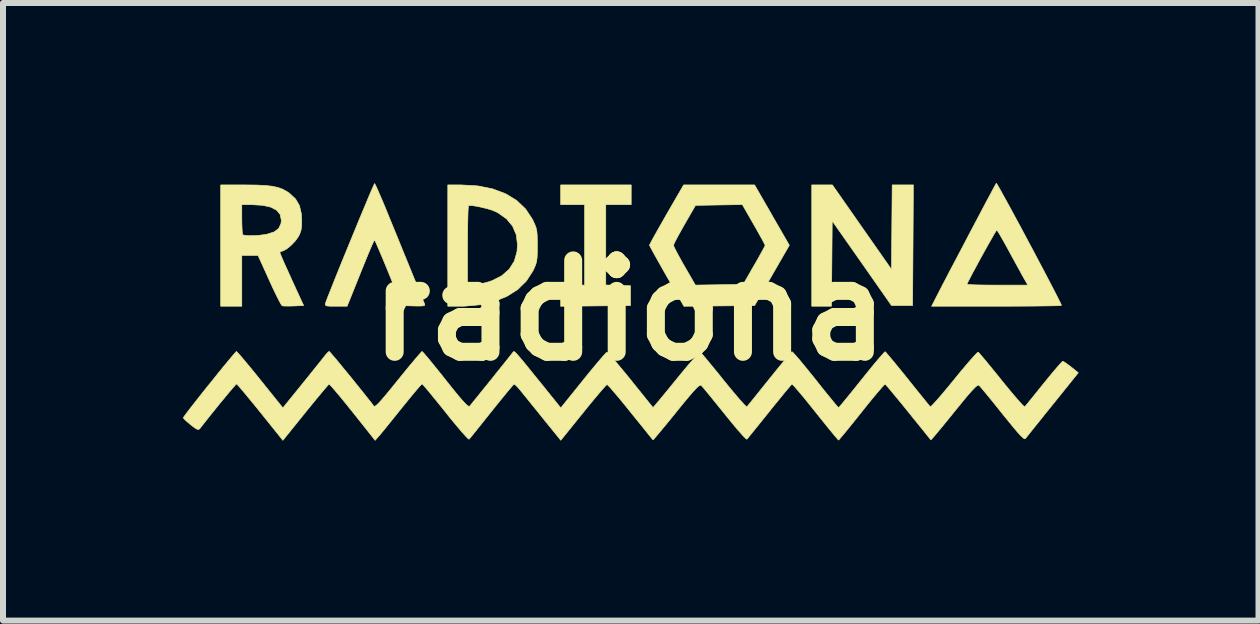
<source format=kicad_pcb>
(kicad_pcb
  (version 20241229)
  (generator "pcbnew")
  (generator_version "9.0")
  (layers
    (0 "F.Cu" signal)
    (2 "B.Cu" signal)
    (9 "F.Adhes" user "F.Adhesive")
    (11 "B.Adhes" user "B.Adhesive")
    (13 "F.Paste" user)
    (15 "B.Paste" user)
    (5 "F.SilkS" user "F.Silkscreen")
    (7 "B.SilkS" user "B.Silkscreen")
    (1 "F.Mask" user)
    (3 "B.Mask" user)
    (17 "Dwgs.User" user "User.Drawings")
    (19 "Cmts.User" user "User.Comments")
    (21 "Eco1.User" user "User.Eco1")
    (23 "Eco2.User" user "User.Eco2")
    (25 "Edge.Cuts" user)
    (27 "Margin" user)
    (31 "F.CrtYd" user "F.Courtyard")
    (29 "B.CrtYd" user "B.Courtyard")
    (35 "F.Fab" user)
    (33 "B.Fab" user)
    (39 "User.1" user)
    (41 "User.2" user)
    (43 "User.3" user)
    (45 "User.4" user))
  (footprint "radiona"
    (layer "F.Cu")
    (at 7.449 2.126)
    (property "Reference" "radiona" (at 0 0 0) (layer "F.SilkS") (effects (font (size 1.524 1.524) (thickness 0.3))))
    (attr through_hole)
    (fp_poly (pts (xy 0.024 -1.764) (xy -0.4 -1.764) (xy -0.4 -0.425) (xy 0.012 -0.412) (xy 0.012 -0.082) (xy -0.57 -0.076) (xy -1.152 -0.07) (xy -1.152 -0.423) (xy -0.753 -0.423) (xy -0.753 -1.764) (xy -1.152 -1.764) (xy -1.152 -2.093) (xy 0.024 -2.093) (xy 0.024 -1.764)) (stroke (width 0.01) (type solid)) (fill yes) (layer "F.SilkS"))
    (fp_poly (pts (xy 3.87 -1.389) (xy 4.363 -0.685) (xy 4.369 -1.389) (xy 4.375 -2.093) (xy 4.728 -2.093) (xy 4.722 -1.088) (xy 4.715 -0.082) (xy 4.364 -0.082) (xy 3.87 -0.788) (xy 3.375 -1.493) (xy 3.369 -0.782) (xy 3.362 -0.071) (xy 3.034 -0.071) (xy 3.034 -2.093) (xy 3.378 -2.093) (xy 3.87 -1.389)) (stroke (width 0.01) (type solid)) (fill yes) (layer "F.SilkS"))
    (fp_poly (pts (xy 1.489 -2.093) (xy 2.081 -2.093) (xy 2.118 -2.028) (xy 2.141 -1.989) (xy 2.183 -1.916) (xy 2.24 -1.817) (xy 2.309 -1.698) (xy 2.384 -1.566) (xy 2.408 -1.525) (xy 2.66 -1.087) (xy 2.081 -0.082) (xy 1.492 -0.076) (xy 0.903 -0.07) (xy 0.616 -0.57) (xy 0.537 -0.709) (xy 0.466 -0.835) (xy 0.406 -0.942) (xy 0.362 -1.023) (xy 0.335 -1.075) (xy 0.33 -1.087) (xy 0.729 -1.087) (xy 0.74 -1.057) (xy 0.771 -0.994) (xy 0.818 -0.906) (xy 0.876 -0.801) (xy 0.911 -0.74) (xy 1.094 -0.423) (xy 1.492 -0.429) (xy 1.891 -0.435) (xy 2.074 -0.753) (xy 2.137 -0.862) (xy 2.19 -0.958) (xy 2.23 -1.031) (xy 2.253 -1.076) (xy 2.257 -1.085) (xy 2.246 -1.11) (xy 2.216 -1.168) (xy 2.169 -1.252) (xy 2.111 -1.356) (xy 2.067 -1.433) (xy 1.877 -1.765) (xy 1.487 -1.759) (xy 1.096 -1.752) (xy 0.913 -1.435) (xy 0.85 -1.323) (xy 0.796 -1.225) (xy 0.755 -1.148) (xy 0.733 -1.099) (xy 0.729 -1.087) (xy 0.33 -1.087) (xy 0.329 -1.089) (xy 0.341 -1.114) (xy 0.372 -1.174) (xy 0.421 -1.262) (xy 0.484 -1.374) (xy 0.558 -1.504) (xy 0.613 -1.601) (xy 0.898 -2.093) (xy 1.489 -2.093)) (stroke (width 0.01) (type solid)) (fill yes) (layer "F.SilkS"))
    (fp_poly (pts (xy -4.242 -2.096) (xy -4.214 -2.037) (xy -4.174 -1.945) (xy -4.123 -1.827) (xy -4.065 -1.688) (xy -4.002 -1.533) (xy -3.998 -1.523) (xy -3.932 -1.362) (xy -3.861 -1.189) (xy -3.788 -1.008) (xy -3.714 -0.828) (xy -3.643 -0.654) (xy -3.577 -0.492) (xy -3.519 -0.349) (xy -3.471 -0.231) (xy -3.435 -0.144) (xy -3.417 -0.099) (xy -3.421 -0.084) (xy -3.452 -0.076) (xy -3.518 -0.074) (xy -3.601 -0.075) (xy -3.798 -0.082) (xy -4.021 -0.629) (xy -4.082 -0.778) (xy -4.138 -0.912) (xy -4.186 -1.024) (xy -4.223 -1.11) (xy -4.248 -1.162) (xy -4.256 -1.175) (xy -4.268 -1.154) (xy -4.295 -1.096) (xy -4.334 -1.005) (xy -4.383 -0.887) (xy -4.439 -0.75) (xy -4.49 -0.623) (xy -4.712 -0.071) (xy -4.899 -0.071) (xy -4.992 -0.071) (xy -5.046 -0.075) (xy -5.071 -0.085) (xy -5.076 -0.103) (xy -5.073 -0.12) (xy -5.06 -0.157) (xy -5.032 -0.231) (xy -4.99 -0.336) (xy -4.938 -0.467) (xy -4.878 -0.617) (xy -4.811 -0.783) (xy -4.739 -0.959) (xy -4.665 -1.139) (xy -4.591 -1.319) (xy -4.52 -1.493) (xy -4.452 -1.655) (xy -4.391 -1.801) (xy -4.339 -1.926) (xy -4.297 -2.023) (xy -4.268 -2.088) (xy -4.255 -2.116) (xy -4.254 -2.116) (xy -4.242 -2.096)) (stroke (width 0.01) (type solid)) (fill yes) (layer "F.SilkS"))
    (fp_poly (pts (xy -2.534 -2.077) (xy -2.288 -2.028) (xy -2.072 -1.947) (xy -1.888 -1.836) (xy -1.738 -1.694) (xy -1.625 -1.524) (xy -1.617 -1.508) (xy -1.584 -1.438) (xy -1.562 -1.38) (xy -1.549 -1.321) (xy -1.543 -1.248) (xy -1.541 -1.148) (xy -1.54 -1.082) (xy -1.541 -0.962) (xy -1.545 -0.877) (xy -1.554 -0.813) (xy -1.571 -0.756) (xy -1.598 -0.694) (xy -1.617 -0.655) (xy -1.725 -0.489) (xy -1.87 -0.348) (xy -2.049 -0.235) (xy -2.26 -0.15) (xy -2.499 -0.095) (xy -2.763 -0.071) (xy -2.824 -0.071) (xy -3.034 -0.071) (xy -3.034 -1.077) (xy -2.705 -1.077) (xy -2.705 -0.417) (xy -2.568 -0.431) (xy -2.463 -0.449) (xy -2.351 -0.478) (xy -2.298 -0.496) (xy -2.134 -0.579) (xy -2.01 -0.688) (xy -1.925 -0.822) (xy -1.88 -0.981) (xy -1.872 -1.094) (xy -1.892 -1.261) (xy -1.953 -1.405) (xy -2.054 -1.527) (xy -2.197 -1.628) (xy -2.234 -1.647) (xy -2.298 -1.673) (xy -2.384 -1.699) (xy -2.479 -1.722) (xy -2.569 -1.74) (xy -2.642 -1.75) (xy -2.685 -1.748) (xy -2.687 -1.747) (xy -2.692 -1.722) (xy -2.696 -1.656) (xy -2.699 -1.555) (xy -2.702 -1.425) (xy -2.704 -1.273) (xy -2.705 -1.103) (xy -2.705 -1.077) (xy -3.034 -1.077) (xy -3.034 -2.093) (xy -2.809 -2.093) (xy -2.534 -2.077)) (stroke (width 0.01) (type solid)) (fill yes) (layer "F.SilkS"))
    (fp_poly (pts (xy -6.225 -2.091) (xy -6.076 -2.084) (xy -5.959 -2.071) (xy -5.863 -2.05) (xy -5.783 -2.02) (xy -5.709 -1.978) (xy -5.672 -1.953) (xy -5.572 -1.86) (xy -5.507 -1.749) (xy -5.475 -1.612) (xy -5.469 -1.505) (xy -5.471 -1.404) (xy -5.482 -1.331) (xy -5.505 -1.269) (xy -5.531 -1.221) (xy -5.583 -1.151) (xy -5.649 -1.083) (xy -5.719 -1.026) (xy -5.78 -0.993) (xy -5.804 -0.988) (xy -5.831 -0.973) (xy -5.833 -0.965) (xy -5.823 -0.938) (xy -5.797 -0.874) (xy -5.757 -0.782) (xy -5.705 -0.668) (xy -5.646 -0.538) (xy -5.635 -0.512) (xy -5.437 -0.082) (xy -5.603 -0.075) (xy -5.689 -0.073) (xy -5.758 -0.074) (xy -5.795 -0.078) (xy -5.795 -0.078) (xy -5.813 -0.102) (xy -5.846 -0.162) (xy -5.891 -0.251) (xy -5.945 -0.363) (xy -6.004 -0.491) (xy -6.009 -0.503) (xy -6.197 -0.917) (xy -6.332 -0.917) (xy -6.468 -0.917) (xy -6.468 -0.071) (xy -6.82 -0.071) (xy -6.82 -1.764) (xy -6.468 -1.764) (xy -6.468 -1.521) (xy -6.466 -1.418) (xy -6.462 -1.334) (xy -6.457 -1.278) (xy -6.452 -1.262) (xy -6.417 -1.252) (xy -6.349 -1.247) (xy -6.26 -1.248) (xy -6.164 -1.255) (xy -6.073 -1.267) (xy -6.042 -1.273) (xy -5.926 -1.311) (xy -5.851 -1.37) (xy -5.814 -1.452) (xy -5.809 -1.505) (xy -5.828 -1.599) (xy -5.885 -1.67) (xy -5.982 -1.722) (xy -6.119 -1.753) (xy -6.298 -1.764) (xy -6.316 -1.764) (xy -6.468 -1.764) (xy -6.82 -1.764) (xy -6.82 -2.093) (xy -6.413 -2.093) (xy -6.225 -2.091)) (stroke (width 0.01) (type solid)) (fill yes) (layer "F.SilkS"))
    (fp_poly (pts (xy 6.123 -2.103) (xy 6.156 -2.048) (xy 6.204 -1.962) (xy 6.267 -1.848) (xy 6.342 -1.712) (xy 6.425 -1.558) (xy 6.515 -1.392) (xy 6.608 -1.217) (xy 6.703 -1.04) (xy 6.796 -0.864) (xy 6.886 -0.694) (xy 6.969 -0.536) (xy 7.043 -0.394) (xy 7.105 -0.274) (xy 7.153 -0.179) (xy 7.185 -0.114) (xy 7.197 -0.085) (xy 7.197 -0.085) (xy 7.174 -0.082) (xy 7.109 -0.079) (xy 7.006 -0.077) (xy 6.87 -0.075) (xy 6.705 -0.073) (xy 6.517 -0.072) (xy 6.31 -0.071) (xy 6.114 -0.071) (xy 5.032 -0.071) (xy 5.09 -0.184) (xy 5.131 -0.264) (xy 5.187 -0.373) (xy 5.22 -0.437) (xy 5.621 -0.437) (xy 5.643 -0.433) (xy 5.706 -0.429) (xy 5.802 -0.426) (xy 5.925 -0.424) (xy 6.068 -0.423) (xy 6.129 -0.423) (xy 6.637 -0.423) (xy 6.579 -0.523) (xy 6.548 -0.578) (xy 6.501 -0.664) (xy 6.441 -0.773) (xy 6.374 -0.895) (xy 6.327 -0.982) (xy 6.263 -1.099) (xy 6.206 -1.2) (xy 6.161 -1.278) (xy 6.13 -1.327) (xy 6.118 -1.34) (xy 6.104 -1.321) (xy 6.071 -1.267) (xy 6.025 -1.186) (xy 5.968 -1.086) (xy 5.905 -0.973) (xy 5.84 -0.855) (xy 5.777 -0.738) (xy 5.719 -0.632) (xy 5.672 -0.541) (xy 5.638 -0.475) (xy 5.622 -0.44) (xy 5.621 -0.437) (xy 5.22 -0.437) (xy 5.256 -0.505) (xy 5.334 -0.656) (xy 5.421 -0.82) (xy 5.512 -0.993) (xy 5.605 -1.17) (xy 5.697 -1.346) (xy 5.787 -1.515) (xy 5.87 -1.673) (xy 5.945 -1.815) (xy 6.01 -1.935) (xy 6.06 -2.03) (xy 6.095 -2.093) (xy 6.11 -2.12) (xy 6.111 -2.121) (xy 6.123 -2.103)) (stroke (width 0.01) (type solid)) (fill yes) (layer "F.SilkS"))
    (fp_poly (pts (xy -4.994 0.699) (xy -4.952 0.748) (xy -4.89 0.821) (xy -4.814 0.913) (xy -4.727 1.019) (xy -4.635 1.131) (xy -4.543 1.246) (xy -4.455 1.355) (xy -4.376 1.454) (xy -4.31 1.537) (xy -4.267 1.595) (xy -4.254 1.599) (xy -4.23 1.585) (xy -4.192 1.551) (xy -4.138 1.492) (xy -4.064 1.405) (xy -3.967 1.287) (xy -3.86 1.155) (xy -3.757 1.028) (xy -3.663 0.913) (xy -3.582 0.817) (xy -3.519 0.743) (xy -3.478 0.697) (xy -3.462 0.683) (xy -3.444 0.701) (xy -3.4 0.751) (xy -3.335 0.828) (xy -3.254 0.928) (xy -3.16 1.044) (xy -3.072 1.155) (xy -2.954 1.303) (xy -2.861 1.417) (xy -2.79 1.5) (xy -2.739 1.555) (xy -2.703 1.587) (xy -2.681 1.599) (xy -2.669 1.595) (xy -2.648 1.57) (xy -2.603 1.514) (xy -2.538 1.434) (xy -2.46 1.337) (xy -2.372 1.229) (xy -2.281 1.116) (xy -2.192 1.004) (xy -2.109 0.901) (xy -2.038 0.812) (xy -1.983 0.743) (xy -1.951 0.702) (xy -1.946 0.695) (xy -1.939 0.687) (xy -1.93 0.685) (xy -1.916 0.693) (xy -1.894 0.713) (xy -1.86 0.751) (xy -1.811 0.808) (xy -1.743 0.89) (xy -1.654 1) (xy -1.54 1.141) (xy -1.486 1.207) (xy -1.15 1.624) (xy -0.775 1.159) (xy -0.673 1.032) (xy -0.579 0.919) (xy -0.499 0.824) (xy -0.436 0.751) (xy -0.394 0.706) (xy -0.379 0.694) (xy -0.359 0.711) (xy -0.314 0.761) (xy -0.248 0.837) (xy -0.166 0.936) (xy -0.07 1.051) (xy 0.012 1.152) (xy 0.113 1.278) (xy 0.204 1.391) (xy 0.281 1.487) (xy 0.34 1.559) (xy 0.377 1.605) (xy 0.387 1.618) (xy 0.403 1.602) (xy 0.444 1.554) (xy 0.507 1.479) (xy 0.587 1.382) (xy 0.681 1.267) (xy 0.774 1.153) (xy 0.878 1.026) (xy 0.972 0.913) (xy 1.054 0.819) (xy 1.118 0.748) (xy 1.16 0.705) (xy 1.177 0.694) (xy 1.197 0.716) (xy 1.242 0.769) (xy 1.308 0.848) (xy 1.391 0.949) (xy 1.487 1.066) (xy 1.567 1.166) (xy 1.669 1.291) (xy 1.761 1.401) (xy 1.839 1.492) (xy 1.9 1.56) (xy 1.939 1.599) (xy 1.953 1.606) (xy 1.972 1.583) (xy 2.016 1.529) (xy 2.081 1.448) (xy 2.162 1.347) (xy 2.256 1.23) (xy 2.328 1.141) (xy 2.428 1.016) (xy 2.519 0.905) (xy 2.597 0.811) (xy 2.656 0.74) (xy 2.694 0.697) (xy 2.704 0.687) (xy 2.723 0.703) (xy 2.767 0.751) (xy 2.832 0.826) (xy 2.913 0.924) (xy 3.007 1.04) (xy 3.096 1.15) (xy 3.197 1.278) (xy 3.289 1.392) (xy 3.368 1.488) (xy 3.428 1.562) (xy 3.467 1.607) (xy 3.481 1.62) (xy 3.498 1.603) (xy 3.54 1.553) (xy 3.604 1.476) (xy 3.685 1.377) (xy 3.778 1.261) (xy 3.867 1.15) (xy 3.969 1.023) (xy 4.061 0.91) (xy 4.141 0.815) (xy 4.203 0.743) (xy 4.243 0.699) (xy 4.258 0.687) (xy 4.277 0.707) (xy 4.32 0.758) (xy 4.385 0.835) (xy 4.467 0.935) (xy 4.561 1.05) (xy 4.634 1.141) (xy 4.734 1.266) (xy 4.825 1.379) (xy 4.902 1.474) (xy 4.962 1.548) (xy 4.999 1.593) (xy 5.009 1.606) (xy 5.028 1.594) (xy 5.071 1.549) (xy 5.136 1.477) (xy 5.218 1.382) (xy 5.313 1.268) (xy 5.407 1.153) (xy 5.511 1.026) (xy 5.605 0.914) (xy 5.687 0.819) (xy 5.751 0.748) (xy 5.793 0.705) (xy 5.81 0.694) (xy 5.83 0.716) (xy 5.875 0.769) (xy 5.942 0.848) (xy 6.024 0.949) (xy 6.12 1.066) (xy 6.2 1.166) (xy 6.302 1.291) (xy 6.394 1.401) (xy 6.472 1.492) (xy 6.533 1.56) (xy 6.572 1.599) (xy 6.585 1.606) (xy 6.605 1.583) (xy 6.649 1.529) (xy 6.713 1.45) (xy 6.792 1.352) (xy 6.882 1.24) (xy 6.901 1.217) (xy 6.992 1.105) (xy 7.074 1.006) (xy 7.142 0.927) (xy 7.191 0.872) (xy 7.217 0.847) (xy 7.219 0.847) (xy 7.245 0.86) (xy 7.297 0.896) (xy 7.358 0.942) (xy 7.478 1.038) (xy 7.049 1.571) (xy 6.938 1.708) (xy 6.837 1.835) (xy 6.748 1.945) (xy 6.676 2.035) (xy 6.624 2.1) (xy 6.598 2.133) (xy 6.595 2.136) (xy 6.581 2.14) (xy 6.556 2.123) (xy 6.515 2.085) (xy 6.457 2.02) (xy 6.378 1.926) (xy 6.275 1.799) (xy 6.213 1.723) (xy 6.112 1.597) (xy 6.02 1.482) (xy 5.94 1.385) (xy 5.877 1.31) (xy 5.836 1.262) (xy 5.823 1.248) (xy 5.808 1.245) (xy 5.785 1.257) (xy 5.749 1.289) (xy 5.699 1.342) (xy 5.629 1.422) (xy 5.538 1.532) (xy 5.422 1.674) (xy 5.408 1.692) (xy 5.305 1.819) (xy 5.212 1.933) (xy 5.133 2.028) (xy 5.072 2.101) (xy 5.033 2.145) (xy 5.02 2.158) (xy 5.005 2.139) (xy 4.963 2.088) (xy 4.901 2.01) (xy 4.821 1.911) (xy 4.727 1.795) (xy 4.645 1.693) (xy 4.543 1.567) (xy 4.45 1.454) (xy 4.371 1.359) (xy 4.31 1.286) (xy 4.27 1.241) (xy 4.257 1.228) (xy 4.238 1.244) (xy 4.195 1.292) (xy 4.13 1.367) (xy 4.048 1.465) (xy 3.954 1.581) (xy 3.866 1.691) (xy 3.764 1.819) (xy 3.672 1.933) (xy 3.594 2.029) (xy 3.533 2.102) (xy 3.494 2.148) (xy 3.481 2.161) (xy 3.464 2.143) (xy 3.421 2.094) (xy 3.358 2.017) (xy 3.277 1.918) (xy 3.183 1.801) (xy 3.095 1.691) (xy 2.993 1.564) (xy 2.901 1.45) (xy 2.821 1.355) (xy 2.759 1.283) (xy 2.719 1.24) (xy 2.704 1.228) (xy 2.685 1.247) (xy 2.641 1.299) (xy 2.576 1.376) (xy 2.495 1.476) (xy 2.401 1.591) (xy 2.328 1.682) (xy 2.228 1.807) (xy 2.137 1.92) (xy 2.059 2.016) (xy 2 2.089) (xy 1.963 2.135) (xy 1.952 2.147) (xy 1.934 2.135) (xy 1.89 2.091) (xy 1.826 2.019) (xy 1.745 1.924) (xy 1.652 1.811) (xy 1.579 1.721) (xy 1.478 1.596) (xy 1.386 1.482) (xy 1.306 1.384) (xy 1.244 1.309) (xy 1.203 1.262) (xy 1.19 1.248) (xy 1.175 1.245) (xy 1.151 1.258) (xy 1.116 1.29) (xy 1.065 1.344) (xy 0.995 1.425) (xy 0.903 1.535) (xy 0.786 1.679) (xy 0.775 1.693) (xy 0.672 1.82) (xy 0.579 1.933) (xy 0.5 2.028) (xy 0.439 2.101) (xy 0.4 2.146) (xy 0.387 2.158) (xy 0.372 2.139) (xy 0.33 2.088) (xy 0.268 2.01) (xy 0.188 1.911) (xy 0.094 1.795) (xy 0.012 1.693) (xy -0.089 1.568) (xy -0.182 1.455) (xy -0.262 1.361) (xy -0.324 1.289) (xy -0.365 1.246) (xy -0.379 1.235) (xy -0.399 1.252) (xy -0.444 1.302) (xy -0.51 1.378) (xy -0.593 1.477) (xy -0.689 1.593) (xy -0.775 1.7) (xy -1.15 2.164) (xy -1.45 1.794) (xy -1.547 1.673) (xy -1.64 1.559) (xy -1.722 1.457) (xy -1.787 1.377) (xy -1.829 1.325) (xy -1.831 1.322) (xy -1.879 1.268) (xy -1.916 1.234) (xy -1.93 1.228) (xy -1.949 1.248) (xy -1.993 1.299) (xy -2.058 1.377) (xy -2.139 1.476) (xy -2.233 1.592) (xy -2.305 1.682) (xy -2.405 1.807) (xy -2.495 1.92) (xy -2.572 2.016) (xy -2.631 2.089) (xy -2.669 2.134) (xy -2.679 2.147) (xy -2.698 2.134) (xy -2.742 2.089) (xy -2.806 2.017) (xy -2.887 1.921) (xy -2.982 1.807) (xy -3.071 1.695) (xy -3.173 1.568) (xy -3.266 1.454) (xy -3.345 1.357) (xy -3.407 1.284) (xy -3.448 1.238) (xy -3.462 1.224) (xy -3.481 1.241) (xy -3.525 1.29) (xy -3.589 1.365) (xy -3.669 1.462) (xy -3.76 1.574) (xy -3.803 1.627) (xy -3.902 1.75) (xy -3.994 1.864) (xy -4.074 1.963) (xy -4.137 2.04) (xy -4.178 2.089) (xy -4.186 2.098) (xy -4.245 2.165) (xy -4.62 1.693) (xy -4.722 1.566) (xy -4.815 1.452) (xy -4.895 1.357) (xy -4.957 1.285) (xy -4.998 1.24) (xy -5.014 1.228) (xy -5.033 1.248) (xy -5.077 1.299) (xy -5.143 1.377) (xy -5.225 1.476) (xy -5.321 1.593) (xy -5.408 1.7) (xy -5.783 2.165) (xy -6.161 1.694) (xy -6.264 1.567) (xy -6.358 1.453) (xy -6.438 1.356) (xy -6.5 1.283) (xy -6.541 1.238) (xy -6.556 1.224) (xy -6.574 1.242) (xy -6.617 1.29) (xy -6.678 1.362) (xy -6.752 1.452) (xy -6.836 1.553) (xy -6.922 1.66) (xy -7.007 1.765) (xy -7.084 1.863) (xy -7.15 1.946) (xy -7.166 1.968) (xy -7.185 1.984) (xy -7.212 1.981) (xy -7.255 1.955) (xy -7.319 1.906) (xy -7.382 1.853) (xy -7.427 1.811) (xy -7.444 1.789) (xy -7.444 1.789) (xy -7.429 1.766) (xy -7.39 1.713) (xy -7.33 1.634) (xy -7.253 1.536) (xy -7.165 1.424) (xy -7.069 1.303) (xy -6.969 1.18) (xy -6.872 1.058) (xy -6.78 0.945) (xy -6.698 0.846) (xy -6.631 0.765) (xy -6.583 0.71) (xy -6.559 0.684) (xy -6.557 0.683) (xy -6.539 0.701) (xy -6.495 0.75) (xy -6.43 0.826) (xy -6.348 0.924) (xy -6.253 1.04) (xy -6.162 1.153) (xy -5.783 1.624) (xy -5.463 1.229) (xy -5.365 1.108) (xy -5.274 0.994) (xy -5.194 0.895) (xy -5.132 0.817) (xy -5.092 0.767) (xy -5.086 0.758) (xy -5.046 0.711) (xy -5.016 0.684) (xy -5.011 0.682) (xy -4.994 0.699)) (stroke (width 0.01) (type solid)) (fill yes) (layer "F.SilkS")))
  (gr_rect
    (start -3 -3)
    (end 17.931 7.296)
    (stroke (width 0.1) (type default))
    (fill no)
    (layer "Edge.Cuts")))
</source>
